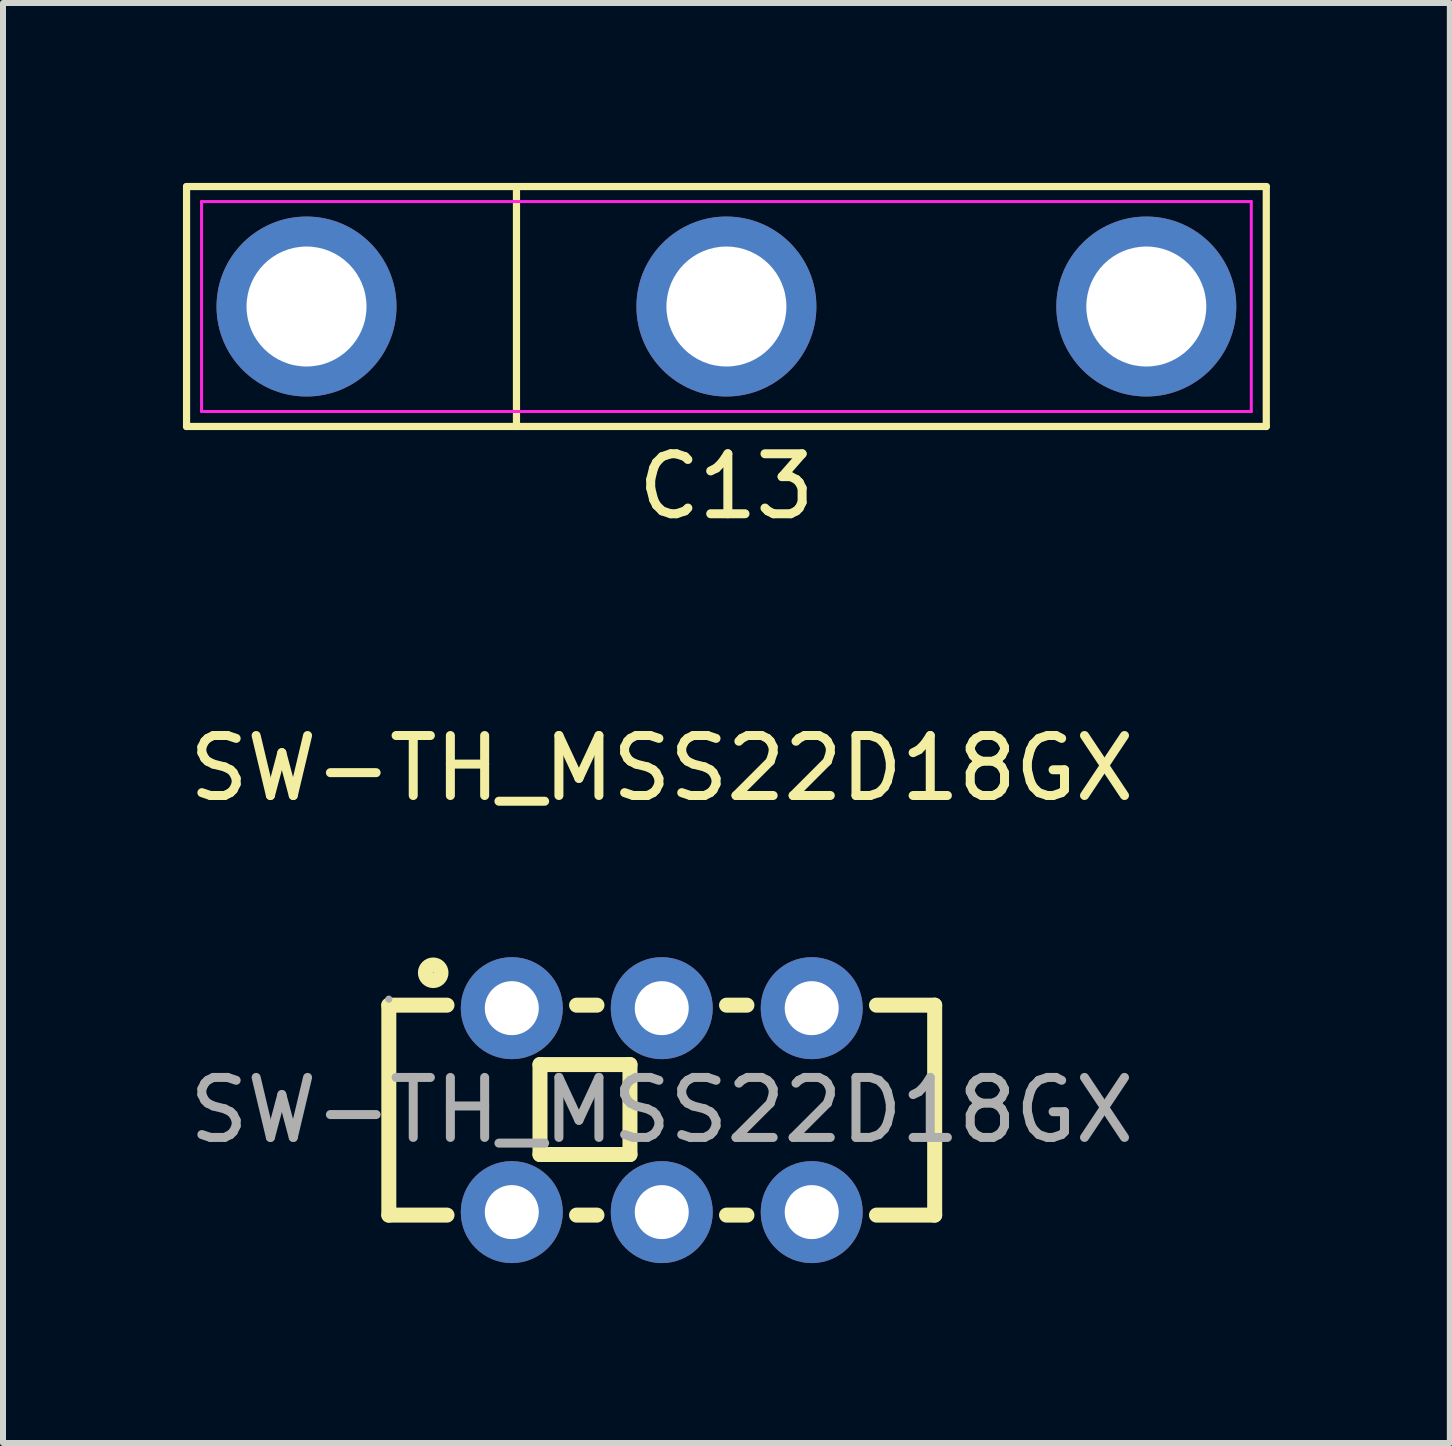
<source format=kicad_pcb>
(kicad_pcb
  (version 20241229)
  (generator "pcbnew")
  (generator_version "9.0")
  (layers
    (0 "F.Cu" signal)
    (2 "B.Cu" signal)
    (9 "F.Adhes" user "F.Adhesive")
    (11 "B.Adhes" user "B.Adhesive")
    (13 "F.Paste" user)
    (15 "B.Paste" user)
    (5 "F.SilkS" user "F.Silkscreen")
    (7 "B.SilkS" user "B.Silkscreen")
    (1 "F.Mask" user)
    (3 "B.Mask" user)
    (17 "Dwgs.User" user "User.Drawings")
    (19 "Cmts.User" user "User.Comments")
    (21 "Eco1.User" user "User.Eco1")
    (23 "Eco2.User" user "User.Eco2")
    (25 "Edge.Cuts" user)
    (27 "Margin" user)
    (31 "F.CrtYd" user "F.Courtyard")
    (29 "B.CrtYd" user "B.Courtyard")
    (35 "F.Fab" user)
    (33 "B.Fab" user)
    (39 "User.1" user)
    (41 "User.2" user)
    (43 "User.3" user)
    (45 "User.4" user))
  (footprint "SW-TH_MSS22D18GX"
    (layer "F.Cu")
    (at 7.982 15.457)
    (property "Reference" "SW-TH_MSS22D18GX" (at 0 -5.7 0) (layer "F.SilkS") (effects (font (size 1 1) (thickness 0.15))))
    (attr through_hole)
    (fp_line (start -4.55 -1.75) (end -4.55 1.75) (stroke (width 0.25) (type solid)) (layer "F.SilkS"))
    (fp_line (start -4.55 -1.75) (end -3.58 -1.75) (stroke (width 0.25) (type solid)) (layer "F.SilkS"))
    (fp_line (start -4.55 1.75) (end -3.58 1.75) (stroke (width 0.25) (type solid)) (layer "F.SilkS"))
    (fp_line (start -2.03 -0.76) (end -2.03 0.74) (stroke (width 0.25) (type solid)) (layer "F.SilkS"))
    (fp_line (start -2.03 -0.76) (end -0.53 -0.76) (stroke (width 0.25) (type solid)) (layer "F.SilkS"))
    (fp_line (start -1.42 -1.75) (end -1.08 -1.75) (stroke (width 0.25) (type solid)) (layer "F.SilkS"))
    (fp_line (start -1.42 1.75) (end -1.08 1.75) (stroke (width 0.25) (type solid)) (layer "F.SilkS"))
    (fp_line (start -0.53 -0.76) (end -0.53 0.74) (stroke (width 0.25) (type solid)) (layer "F.SilkS"))
    (fp_line (start -0.53 0.74) (end -2.03 0.74) (stroke (width 0.25) (type solid)) (layer "F.SilkS"))
    (fp_line (start 1.08 -1.75) (end 1.42 -1.75) (stroke (width 0.25) (type solid)) (layer "F.SilkS"))
    (fp_line (start 1.08 1.75) (end 1.42 1.75) (stroke (width 0.25) (type solid)) (layer "F.SilkS"))
    (fp_line (start 3.58 -1.75) (end 4.55 -1.75) (stroke (width 0.25) (type solid)) (layer "F.SilkS"))
    (fp_line (start 3.58 1.75) (end 4.55 1.75) (stroke (width 0.25) (type solid)) (layer "F.SilkS"))
    (fp_line (start 4.55 -1.75) (end 4.55 1.75) (stroke (width 0.25) (type solid)) (layer "F.SilkS"))
    (fp_circle (center -3.81 -2.29) (end -3.68 -2.29) (stroke (width 0.25) (type solid)) (fill no) (layer "F.SilkS"))
    (fp_circle (center -4.55 -1.85) (end -4.52 -1.85) (stroke (width 0.06) (type solid)) (fill no) (layer "F.Fab"))
    (fp_text user "${REFERENCE}" (at 0 0 0) (layer "F.Fab") (effects (font (size 1 1) (thickness 0.15))))
    (pad "1" thru_hole circle (at -2.5 -1.7 90) (size 1.7 1.7) (drill 0.9) (layers "*.Cu" "*.Mask"))
    (pad "2" thru_hole circle (at 0 -1.7 90) (size 1.7 1.7) (drill 0.9) (layers "*.Cu" "*.Mask"))
    (pad "3" thru_hole circle (at 2.5 -1.7 90) (size 1.7 1.7) (drill 0.9) (layers "*.Cu" "*.Mask"))
    (pad "4" thru_hole circle (at -2.5 1.7 90) (size 1.7 1.7) (drill 0.9) (layers "*.Cu" "*.Mask"))
    (pad "5" thru_hole circle (at 0 1.7 90) (size 1.7 1.7) (drill 0.9) (layers "*.Cu" "*.Mask"))
    (pad "6" thru_hole circle (at 2.5 1.7 90) (size 1.7 1.7) (drill 0.9) (layers "*.Cu" "*.Mask")))
  (footprint "C13"
    (layer "F.Cu")
    (at 9.06 2.06)
    (property "Reference" "C13" (at 0 3 0) (layer "F.SilkS") (effects (font (size 1 1) (thickness 0.15))))
    (attr through_hole)
    (fp_line (start -9 -2) (end 9 -2) (stroke (width 0.12) (type default)) (layer "F.SilkS"))
    (fp_line (start -9 2) (end -9 -2) (stroke (width 0.12) (type default)) (layer "F.SilkS"))
    (fp_line (start -3.5 -2) (end -3.5 2) (stroke (width 0.12) (type default)) (layer "F.SilkS"))
    (fp_line (start 9 -2) (end 9 2) (stroke (width 0.12) (type default)) (layer "F.SilkS"))
    (fp_line (start 9 2) (end -9 2) (stroke (width 0.12) (type default)) (layer "F.SilkS"))
    (fp_line (start -8.75 -1.75) (end 8.75 -1.75) (stroke (width 0.05) (type default)) (layer "F.CrtYd"))
    (fp_line (start -8.75 1.75) (end -8.75 -1.75) (stroke (width 0.05) (type default)) (layer "F.CrtYd"))
    (fp_line (start 8.75 -1.75) (end 8.75 1.75) (stroke (width 0.05) (type default)) (layer "F.CrtYd"))
    (fp_line (start 8.75 1.75) (end -8.75 1.75) (stroke (width 0.05) (type default)) (layer "F.CrtYd"))
    (pad "1" thru_hole circle (at -7 0) (size 3 3) (drill 2) (layers "*.Cu" "*.Mask"))
    (pad "2" thru_hole circle (at 0 0) (size 3 3) (drill 2) (layers "*.Cu" "*.Mask"))
    (pad "3" thru_hole circle (at 7 0) (size 3 3) (drill 2) (layers "*.Cu" "*.Mask")))
  (gr_rect
    (start -3 -3)
    (end 21.12 21.006)
    (stroke (width 0.1) (type default))
    (fill no)
    (layer "Edge.Cuts")))
</source>
